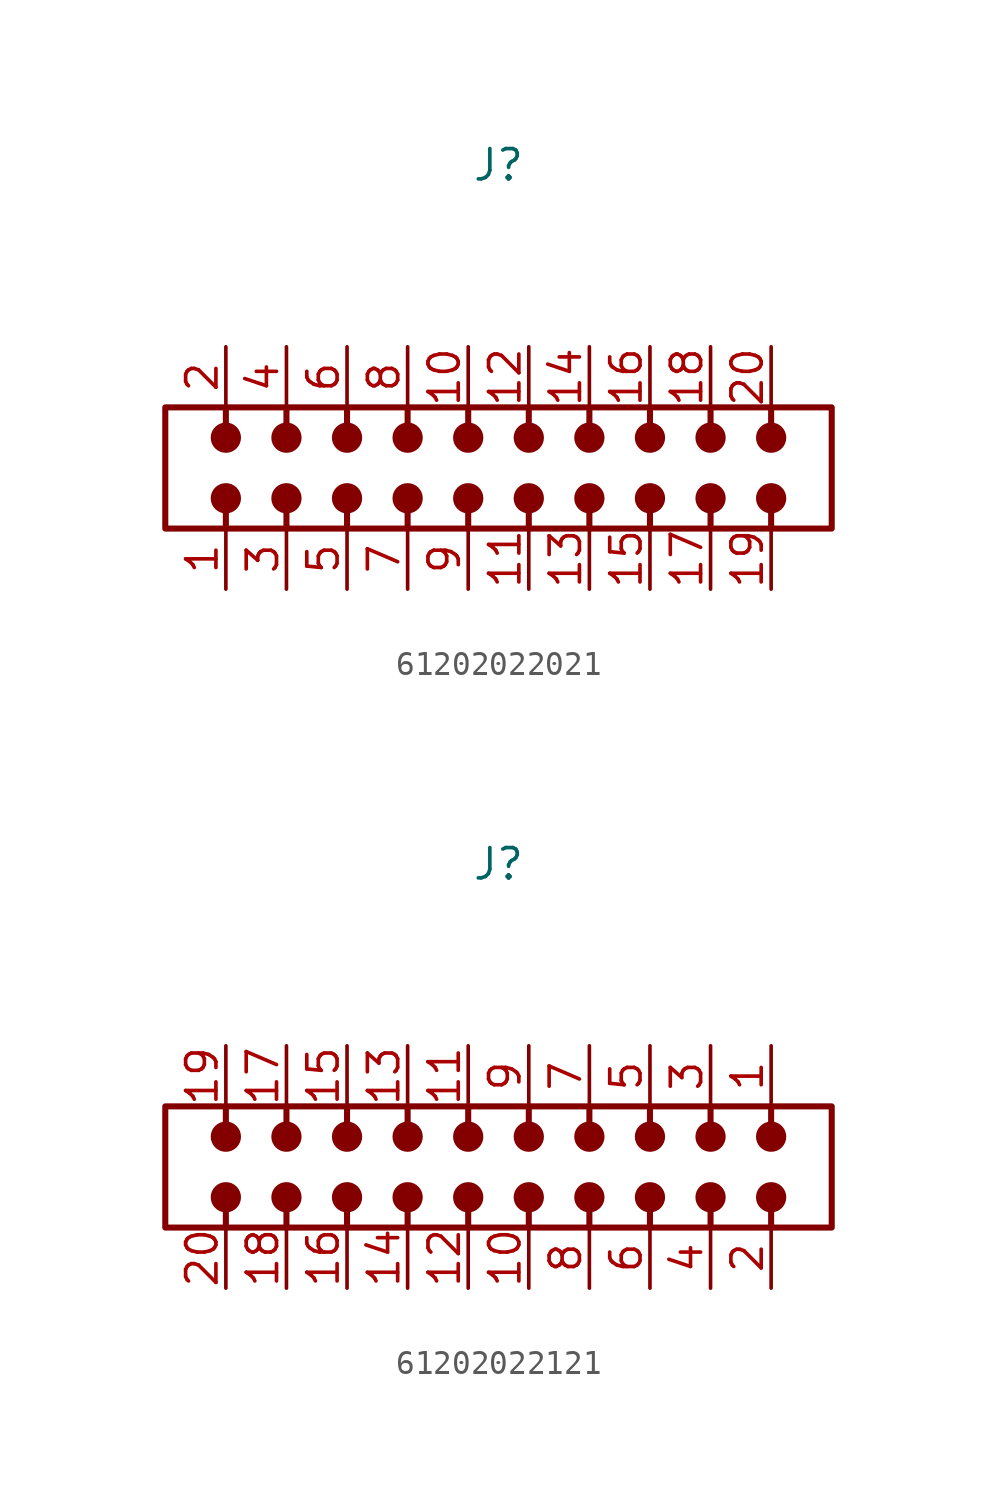
<source format=kicad_sym>
(kicad_symbol_lib
  (version 20241209)
  (generator "kicad_symbol_editor")
  (generator_version "9.0")
  (symbol "61202022021"
    (pin_names
      (hide yes))
    (property "Reference" "J"
      (at 0 12.7 0)
      (effects (font (size 1.27 1.27))))
    (symbol "61202022021_1_1"
      (rectangle (start -13.97 2.54) (end 13.97 -2.54) (stroke (width 0.254) (type solid)) (fill (type none)))
      (polyline (pts (xy -11.43 1.778) (xy -11.43 2.54)) (stroke (width 0.254) (type solid)) (fill (type none)))
      (circle (center -11.43 1.27) (radius 0.508) (stroke (width 0.254) (type solid)) (fill (type outline)))
      (circle (center -11.43 -1.27) (radius 0.508) (stroke (width 0.254) (type solid)) (fill (type outline)))
      (polyline (pts (xy -11.43 -1.778) (xy -11.43 -2.54)) (stroke (width 0.254) (type solid)) (fill (type none)))
      (polyline (pts (xy -8.89 1.778) (xy -8.89 2.54)) (stroke (width 0.254) (type solid)) (fill (type none)))
      (circle (center -8.89 1.27) (radius 0.508) (stroke (width 0.254) (type solid)) (fill (type outline)))
      (circle (center -8.89 -1.27) (radius 0.508) (stroke (width 0.254) (type solid)) (fill (type outline)))
      (polyline (pts (xy -8.89 -1.778) (xy -8.89 -2.54)) (stroke (width 0.254) (type solid)) (fill (type none)))
      (polyline (pts (xy -6.35 1.778) (xy -6.35 2.54)) (stroke (width 0.254) (type solid)) (fill (type none)))
      (circle (center -6.35 1.27) (radius 0.508) (stroke (width 0.254) (type solid)) (fill (type outline)))
      (circle (center -6.35 -1.27) (radius 0.508) (stroke (width 0.254) (type solid)) (fill (type outline)))
      (polyline (pts (xy -6.35 -1.778) (xy -6.35 -2.54)) (stroke (width 0.254) (type solid)) (fill (type none)))
      (polyline (pts (xy -3.81 1.778) (xy -3.81 2.54)) (stroke (width 0.254) (type solid)) (fill (type none)))
      (circle (center -3.81 1.27) (radius 0.508) (stroke (width 0.254) (type solid)) (fill (type outline)))
      (circle (center -3.81 -1.27) (radius 0.508) (stroke (width 0.254) (type solid)) (fill (type outline)))
      (polyline (pts (xy -3.81 -1.778) (xy -3.81 -2.54)) (stroke (width 0.254) (type solid)) (fill (type none)))
      (polyline (pts (xy -1.27 1.778) (xy -1.27 2.54)) (stroke (width 0.254) (type solid)) (fill (type none)))
      (circle (center -1.27 1.27) (radius 0.508) (stroke (width 0.254) (type solid)) (fill (type outline)))
      (circle (center -1.27 -1.27) (radius 0.508) (stroke (width 0.254) (type solid)) (fill (type outline)))
      (polyline (pts (xy -1.27 -1.778) (xy -1.27 -2.54)) (stroke (width 0.254) (type solid)) (fill (type none)))
      (polyline (pts (xy 1.27 1.778) (xy 1.27 2.54)) (stroke (width 0.254) (type solid)) (fill (type none)))
      (circle (center 1.27 1.27) (radius 0.508) (stroke (width 0.254) (type solid)) (fill (type outline)))
      (circle (center 1.27 -1.27) (radius 0.508) (stroke (width 0.254) (type solid)) (fill (type outline)))
      (polyline (pts (xy 1.27 -1.778) (xy 1.27 -2.54)) (stroke (width 0.254) (type solid)) (fill (type none)))
      (polyline (pts (xy 3.81 1.778) (xy 3.81 2.54)) (stroke (width 0.254) (type solid)) (fill (type none)))
      (circle (center 3.81 1.27) (radius 0.508) (stroke (width 0.254) (type solid)) (fill (type outline)))
      (circle (center 3.81 -1.27) (radius 0.508) (stroke (width 0.254) (type solid)) (fill (type outline)))
      (polyline (pts (xy 3.81 -1.778) (xy 3.81 -2.54)) (stroke (width 0.254) (type solid)) (fill (type none)))
      (polyline (pts (xy 6.35 1.778) (xy 6.35 2.54)) (stroke (width 0.254) (type solid)) (fill (type none)))
      (circle (center 6.35 1.27) (radius 0.508) (stroke (width 0.254) (type solid)) (fill (type outline)))
      (circle (center 6.35 -1.27) (radius 0.508) (stroke (width 0.254) (type solid)) (fill (type outline)))
      (polyline (pts (xy 6.35 -1.778) (xy 6.35 -2.54)) (stroke (width 0.254) (type solid)) (fill (type none)))
      (polyline (pts (xy 8.89 1.778) (xy 8.89 2.54)) (stroke (width 0.254) (type solid)) (fill (type none)))
      (circle (center 8.89 1.27) (radius 0.508) (stroke (width 0.254) (type solid)) (fill (type outline)))
      (circle (center 8.89 -1.27) (radius 0.508) (stroke (width 0.254) (type solid)) (fill (type outline)))
      (polyline (pts (xy 8.89 -1.778) (xy 8.89 -2.54)) (stroke (width 0.254) (type solid)) (fill (type none)))
      (polyline (pts (xy 11.43 1.778) (xy 11.43 2.54)) (stroke (width 0.254) (type solid)) (fill (type none)))
      (circle (center 11.43 1.27) (radius 0.508) (stroke (width 0.254) (type solid)) (fill (type outline)))
      (circle (center 11.43 -1.27) (radius 0.508) (stroke (width 0.254) (type solid)) (fill (type outline)))
      (polyline (pts (xy 11.43 -1.778) (xy 11.43 -2.54)) (stroke (width 0.254) (type solid)) (fill (type none)))
      (pin passive line (at -11.43 5.08 270) (length 2.54) (name "2" (effects (font (size 1.27 1.27)))) (number "2" (effects (font (size 1.27 1.27)))))
      (pin passive line (at -11.43 -5.08 90) (length 2.54) (name "1" (effects (font (size 1.27 1.27)))) (number "1" (effects (font (size 1.27 1.27)))))
      (pin passive line (at -8.89 5.08 270) (length 2.54) (name "4" (effects (font (size 1.27 1.27)))) (number "4" (effects (font (size 1.27 1.27)))))
      (pin passive line (at -8.89 -5.08 90) (length 2.54) (name "3" (effects (font (size 1.27 1.27)))) (number "3" (effects (font (size 1.27 1.27)))))
      (pin passive line (at -6.35 5.08 270) (length 2.54) (name "6" (effects (font (size 1.27 1.27)))) (number "6" (effects (font (size 1.27 1.27)))))
      (pin passive line (at -6.35 -5.08 90) (length 2.54) (name "5" (effects (font (size 1.27 1.27)))) (number "5" (effects (font (size 1.27 1.27)))))
      (pin passive line (at -3.81 5.08 270) (length 2.54) (name "8" (effects (font (size 1.27 1.27)))) (number "8" (effects (font (size 1.27 1.27)))))
      (pin passive line (at -3.81 -5.08 90) (length 2.54) (name "7" (effects (font (size 1.27 1.27)))) (number "7" (effects (font (size 1.27 1.27)))))
      (pin passive line (at -1.27 5.08 270) (length 2.54) (name "10" (effects (font (size 1.27 1.27)))) (number "10" (effects (font (size 1.27 1.27)))))
      (pin passive line (at -1.27 -5.08 90) (length 2.54) (name "9" (effects (font (size 1.27 1.27)))) (number "9" (effects (font (size 1.27 1.27)))))
      (pin passive line (at 1.27 5.08 270) (length 2.54) (name "12" (effects (font (size 1.27 1.27)))) (number "12" (effects (font (size 1.27 1.27)))))
      (pin passive line (at 1.27 -5.08 90) (length 2.54) (name "11" (effects (font (size 1.27 1.27)))) (number "11" (effects (font (size 1.27 1.27)))))
      (pin passive line (at 3.81 5.08 270) (length 2.54) (name "14" (effects (font (size 1.27 1.27)))) (number "14" (effects (font (size 1.27 1.27)))))
      (pin passive line (at 3.81 -5.08 90) (length 2.54) (name "13" (effects (font (size 1.27 1.27)))) (number "13" (effects (font (size 1.27 1.27)))))
      (pin passive line (at 6.35 5.08 270) (length 2.54) (name "16" (effects (font (size 1.27 1.27)))) (number "16" (effects (font (size 1.27 1.27)))))
      (pin passive line (at 6.35 -5.08 90) (length 2.54) (name "15" (effects (font (size 1.27 1.27)))) (number "15" (effects (font (size 1.27 1.27)))))
      (pin passive line (at 8.89 5.08 270) (length 2.54) (name "18" (effects (font (size 1.27 1.27)))) (number "18" (effects (font (size 1.27 1.27)))))
      (pin passive line (at 8.89 -5.08 90) (length 2.54) (name "17" (effects (font (size 1.27 1.27)))) (number "17" (effects (font (size 1.27 1.27)))))
      (pin passive line (at 11.43 5.08 270) (length 2.54) (name "20" (effects (font (size 1.27 1.27)))) (number "20" (effects (font (size 1.27 1.27)))))
      (pin passive line (at 11.43 -5.08 90) (length 2.54) (name "19" (effects (font (size 1.27 1.27)))) (number "19" (effects (font (size 1.27 1.27)))))))
  (symbol "61202022121"
    (pin_names
      (hide yes))
    (property "Reference" "J"
      (at 0 12.7 0)
      (effects (font (size 1.27 1.27))))
    (symbol "61202022121_1_1"
      (rectangle (start -13.97 2.54) (end 13.97 -2.54) (stroke (width 0.254) (type solid)) (fill (type none)))
      (polyline (pts (xy -11.43 1.778) (xy -11.43 2.54)) (stroke (width 0.254) (type solid)) (fill (type none)))
      (circle (center -11.43 1.27) (radius 0.508) (stroke (width 0.254) (type solid)) (fill (type outline)))
      (circle (center -11.43 -1.27) (radius 0.508) (stroke (width 0.254) (type solid)) (fill (type outline)))
      (polyline (pts (xy -11.43 -1.778) (xy -11.43 -2.54)) (stroke (width 0.254) (type solid)) (fill (type none)))
      (polyline (pts (xy -8.89 1.778) (xy -8.89 2.54)) (stroke (width 0.254) (type solid)) (fill (type none)))
      (circle (center -8.89 1.27) (radius 0.508) (stroke (width 0.254) (type solid)) (fill (type outline)))
      (circle (center -8.89 -1.27) (radius 0.508) (stroke (width 0.254) (type solid)) (fill (type outline)))
      (polyline (pts (xy -8.89 -1.778) (xy -8.89 -2.54)) (stroke (width 0.254) (type solid)) (fill (type none)))
      (polyline (pts (xy -6.35 1.778) (xy -6.35 2.54)) (stroke (width 0.254) (type solid)) (fill (type none)))
      (circle (center -6.35 1.27) (radius 0.508) (stroke (width 0.254) (type solid)) (fill (type outline)))
      (circle (center -6.35 -1.27) (radius 0.508) (stroke (width 0.254) (type solid)) (fill (type outline)))
      (polyline (pts (xy -6.35 -1.778) (xy -6.35 -2.54)) (stroke (width 0.254) (type solid)) (fill (type none)))
      (polyline (pts (xy -3.81 1.778) (xy -3.81 2.54)) (stroke (width 0.254) (type solid)) (fill (type none)))
      (circle (center -3.81 1.27) (radius 0.508) (stroke (width 0.254) (type solid)) (fill (type outline)))
      (circle (center -3.81 -1.27) (radius 0.508) (stroke (width 0.254) (type solid)) (fill (type outline)))
      (polyline (pts (xy -3.81 -1.778) (xy -3.81 -2.54)) (stroke (width 0.254) (type solid)) (fill (type none)))
      (polyline (pts (xy -1.27 1.778) (xy -1.27 2.54)) (stroke (width 0.254) (type solid)) (fill (type none)))
      (circle (center -1.27 1.27) (radius 0.508) (stroke (width 0.254) (type solid)) (fill (type outline)))
      (circle (center -1.27 -1.27) (radius 0.508) (stroke (width 0.254) (type solid)) (fill (type outline)))
      (polyline (pts (xy -1.27 -1.778) (xy -1.27 -2.54)) (stroke (width 0.254) (type solid)) (fill (type none)))
      (polyline (pts (xy 1.27 1.778) (xy 1.27 2.54)) (stroke (width 0.254) (type solid)) (fill (type none)))
      (circle (center 1.27 1.27) (radius 0.508) (stroke (width 0.254) (type solid)) (fill (type outline)))
      (circle (center 1.27 -1.27) (radius 0.508) (stroke (width 0.254) (type solid)) (fill (type outline)))
      (polyline (pts (xy 1.27 -1.778) (xy 1.27 -2.54)) (stroke (width 0.254) (type solid)) (fill (type none)))
      (polyline (pts (xy 3.81 1.778) (xy 3.81 2.54)) (stroke (width 0.254) (type solid)) (fill (type none)))
      (circle (center 3.81 1.27) (radius 0.508) (stroke (width 0.254) (type solid)) (fill (type outline)))
      (circle (center 3.81 -1.27) (radius 0.508) (stroke (width 0.254) (type solid)) (fill (type outline)))
      (polyline (pts (xy 3.81 -1.778) (xy 3.81 -2.54)) (stroke (width 0.254) (type solid)) (fill (type none)))
      (polyline (pts (xy 6.35 1.778) (xy 6.35 2.54)) (stroke (width 0.254) (type solid)) (fill (type none)))
      (circle (center 6.35 1.27) (radius 0.508) (stroke (width 0.254) (type solid)) (fill (type outline)))
      (circle (center 6.35 -1.27) (radius 0.508) (stroke (width 0.254) (type solid)) (fill (type outline)))
      (polyline (pts (xy 6.35 -1.778) (xy 6.35 -2.54)) (stroke (width 0.254) (type solid)) (fill (type none)))
      (polyline (pts (xy 8.89 1.778) (xy 8.89 2.54)) (stroke (width 0.254) (type solid)) (fill (type none)))
      (circle (center 8.89 1.27) (radius 0.508) (stroke (width 0.254) (type solid)) (fill (type outline)))
      (circle (center 8.89 -1.27) (radius 0.508) (stroke (width 0.254) (type solid)) (fill (type outline)))
      (polyline (pts (xy 8.89 -1.778) (xy 8.89 -2.54)) (stroke (width 0.254) (type solid)) (fill (type none)))
      (polyline (pts (xy 11.43 1.778) (xy 11.43 2.54)) (stroke (width 0.254) (type solid)) (fill (type none)))
      (circle (center 11.43 1.27) (radius 0.508) (stroke (width 0.254) (type solid)) (fill (type outline)))
      (circle (center 11.43 -1.27) (radius 0.508) (stroke (width 0.254) (type solid)) (fill (type outline)))
      (polyline (pts (xy 11.43 -1.778) (xy 11.43 -2.54)) (stroke (width 0.254) (type solid)) (fill (type none)))
      (pin passive line (at -11.43 5.08 270) (length 2.54) (name "19" (effects (font (size 1.27 1.27)))) (number "19" (effects (font (size 1.27 1.27)))))
      (pin passive line (at -11.43 -5.08 90) (length 2.54) (name "20" (effects (font (size 1.27 1.27)))) (number "20" (effects (font (size 1.27 1.27)))))
      (pin passive line (at -8.89 5.08 270) (length 2.54) (name "17" (effects (font (size 1.27 1.27)))) (number "17" (effects (font (size 1.27 1.27)))))
      (pin passive line (at -8.89 -5.08 90) (length 2.54) (name "18" (effects (font (size 1.27 1.27)))) (number "18" (effects (font (size 1.27 1.27)))))
      (pin passive line (at -6.35 5.08 270) (length 2.54) (name "15" (effects (font (size 1.27 1.27)))) (number "15" (effects (font (size 1.27 1.27)))))
      (pin passive line (at -6.35 -5.08 90) (length 2.54) (name "16" (effects (font (size 1.27 1.27)))) (number "16" (effects (font (size 1.27 1.27)))))
      (pin passive line (at -3.81 5.08 270) (length 2.54) (name "13" (effects (font (size 1.27 1.27)))) (number "13" (effects (font (size 1.27 1.27)))))
      (pin passive line (at -3.81 -5.08 90) (length 2.54) (name "14" (effects (font (size 1.27 1.27)))) (number "14" (effects (font (size 1.27 1.27)))))
      (pin passive line (at -1.27 5.08 270) (length 2.54) (name "11" (effects (font (size 1.27 1.27)))) (number "11" (effects (font (size 1.27 1.27)))))
      (pin passive line (at -1.27 -5.08 90) (length 2.54) (name "12" (effects (font (size 1.27 1.27)))) (number "12" (effects (font (size 1.27 1.27)))))
      (pin passive line (at 1.27 5.08 270) (length 2.54) (name "9" (effects (font (size 1.27 1.27)))) (number "9" (effects (font (size 1.27 1.27)))))
      (pin passive line (at 1.27 -5.08 90) (length 2.54) (name "10" (effects (font (size 1.27 1.27)))) (number "10" (effects (font (size 1.27 1.27)))))
      (pin passive line (at 3.81 5.08 270) (length 2.54) (name "7" (effects (font (size 1.27 1.27)))) (number "7" (effects (font (size 1.27 1.27)))))
      (pin passive line (at 3.81 -5.08 90) (length 2.54) (name "8" (effects (font (size 1.27 1.27)))) (number "8" (effects (font (size 1.27 1.27)))))
      (pin passive line (at 6.35 5.08 270) (length 2.54) (name "5" (effects (font (size 1.27 1.27)))) (number "5" (effects (font (size 1.27 1.27)))))
      (pin passive line (at 6.35 -5.08 90) (length 2.54) (name "6" (effects (font (size 1.27 1.27)))) (number "6" (effects (font (size 1.27 1.27)))))
      (pin passive line (at 8.89 5.08 270) (length 2.54) (name "3" (effects (font (size 1.27 1.27)))) (number "3" (effects (font (size 1.27 1.27)))))
      (pin passive line (at 8.89 -5.08 90) (length 2.54) (name "4" (effects (font (size 1.27 1.27)))) (number "4" (effects (font (size 1.27 1.27)))))
      (pin passive line (at 11.43 5.08 270) (length 2.54) (name "1" (effects (font (size 1.27 1.27)))) (number "1" (effects (font (size 1.27 1.27)))))
      (pin passive line (at 11.43 -5.08 90) (length 2.54) (name "2" (effects (font (size 1.27 1.27)))) (number "2" (effects (font (size 1.27 1.27))))))))
</source>
